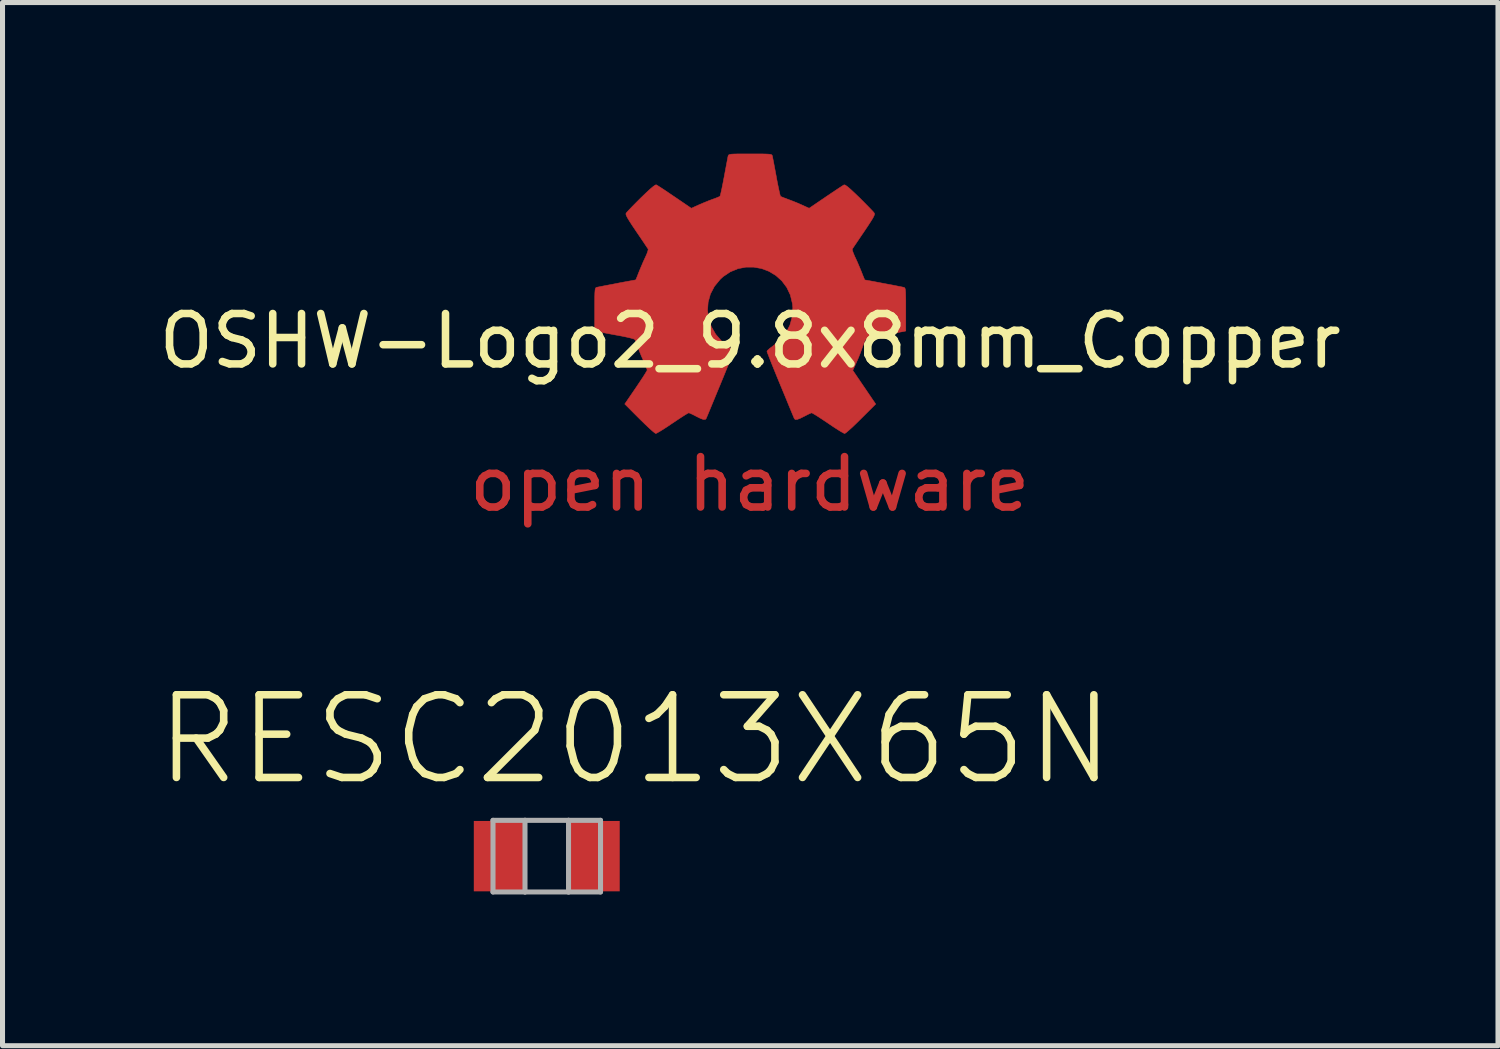
<source format=kicad_pcb>
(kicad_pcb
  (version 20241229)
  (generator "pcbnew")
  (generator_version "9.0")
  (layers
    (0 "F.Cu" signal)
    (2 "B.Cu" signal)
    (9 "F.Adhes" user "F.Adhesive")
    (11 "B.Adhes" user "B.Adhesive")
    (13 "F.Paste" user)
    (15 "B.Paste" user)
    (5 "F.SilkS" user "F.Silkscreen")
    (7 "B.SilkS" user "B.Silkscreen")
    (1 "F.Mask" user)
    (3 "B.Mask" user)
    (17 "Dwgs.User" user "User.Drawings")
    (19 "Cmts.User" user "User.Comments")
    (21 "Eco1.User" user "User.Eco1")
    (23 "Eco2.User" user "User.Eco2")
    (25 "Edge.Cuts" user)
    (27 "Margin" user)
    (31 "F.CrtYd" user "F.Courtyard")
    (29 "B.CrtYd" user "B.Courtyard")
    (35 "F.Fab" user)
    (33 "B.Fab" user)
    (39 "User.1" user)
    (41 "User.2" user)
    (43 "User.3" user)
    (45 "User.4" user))
  (footprint "RESC2013X65N"
    (layer "F.Cu")
    (at 7.801 13.941)
    (property "Reference" "RESC2013X65N" (at 1.754 -2.313 0) (layer "F.SilkS") (effects (font (size 1.641 1.641) (thickness 0.15))))
    (attr through_hole)
    (fp_line (start -1.067 -0.711) (end -1.067 0.711) (stroke (width 0.1) (type solid)) (layer "F.Fab"))
    (fp_line (start -1.067 0.711) (end -0.432 0.711) (stroke (width 0.1) (type solid)) (layer "F.Fab"))
    (fp_line (start -0.432 -0.711) (end -1.067 -0.711) (stroke (width 0.1) (type solid)) (layer "F.Fab"))
    (fp_line (start -0.432 0.711) (end -0.432 -0.711) (stroke (width 0.1) (type solid)) (layer "F.Fab"))
    (fp_line (start -0.432 0.711) (end 0.432 0.711) (stroke (width 0.1) (type solid)) (layer "F.Fab"))
    (fp_line (start 0.432 -0.711) (end -0.432 -0.711) (stroke (width 0.1) (type solid)) (layer "F.Fab"))
    (fp_line (start 0.432 -0.711) (end 0.432 0.711) (stroke (width 0.1) (type solid)) (layer "F.Fab"))
    (fp_line (start 0.432 0.711) (end 1.067 0.711) (stroke (width 0.1) (type solid)) (layer "F.Fab"))
    (fp_line (start 1.067 -0.711) (end 0.432 -0.711) (stroke (width 0.1) (type solid)) (layer "F.Fab"))
    (fp_line (start 1.067 0.711) (end 1.067 -0.711) (stroke (width 0.1) (type solid)) (layer "F.Fab"))
    (pad "1" smd rect (at -0.94 0) (size 1.016 1.397) (layers "F.Cu" "F.Mask" "F.Paste"))
    (pad "2" smd rect (at 0.94 0) (size 1.016 1.397) (layers "F.Cu" "F.Mask" "F.Paste")))
  (footprint "OSHW-Logo2_9.8x8mm_Copper"
    (layer "F.Cu")
    (at 11.839 3.717)
    (property "Reference" "OSHW-Logo2_9.8x8mm_Copper" (at 0 0 0) (layer "F.SilkS") (effects (font (size 1 1) (thickness 0.15))))
    (attr board_only exclude_from_pos_files exclude_from_bom)
    (fp_poly (pts (xy 0.14 -3.712) (xy 0.246 -3.712) (xy 0.322 -3.71) (xy 0.374 -3.707) (xy 0.407 -3.702) (xy 0.426 -3.695) (xy 0.435 -3.684) (xy 0.439 -3.67) (xy 0.44 -3.668) (xy 0.446 -3.636) (xy 0.459 -3.572) (xy 0.476 -3.483) (xy 0.496 -3.376) (xy 0.518 -3.258) (xy 0.518 -3.254) (xy 0.54 -3.138) (xy 0.561 -3.036) (xy 0.579 -2.953) (xy 0.592 -2.897) (xy 0.601 -2.872) (xy 0.601 -2.871) (xy 0.626 -2.859) (xy 0.676 -2.839) (xy 0.742 -2.814) (xy 0.742 -2.814) (xy 0.825 -2.783) (xy 0.923 -2.744) (xy 1.015 -2.704) (xy 1.019 -2.702) (xy 1.169 -2.634) (xy 1.501 -2.86) (xy 1.603 -2.929) (xy 1.696 -2.991) (xy 1.773 -3.042) (xy 1.83 -3.079) (xy 1.861 -3.098) (xy 1.864 -3.099) (xy 1.887 -3.093) (xy 1.93 -3.063) (xy 1.994 -3.008) (xy 2.081 -2.927) (xy 2.171 -2.84) (xy 2.256 -2.755) (xy 2.333 -2.677) (xy 2.397 -2.611) (xy 2.442 -2.563) (xy 2.464 -2.536) (xy 2.464 -2.535) (xy 2.467 -2.517) (xy 2.458 -2.487) (xy 2.435 -2.441) (xy 2.395 -2.376) (xy 2.338 -2.288) (xy 2.261 -2.173) (xy 2.193 -2.073) (xy 2.132 -1.983) (xy 2.081 -1.908) (xy 2.045 -1.854) (xy 2.027 -1.827) (xy 2.026 -1.825) (xy 2.028 -1.798) (xy 2.045 -1.747) (xy 2.073 -1.68) (xy 2.083 -1.659) (xy 2.127 -1.564) (xy 2.173 -1.456) (xy 2.211 -1.363) (xy 2.238 -1.294) (xy 2.26 -1.241) (xy 2.272 -1.214) (xy 2.274 -1.211) (xy 2.297 -1.208) (xy 2.351 -1.198) (xy 2.429 -1.184) (xy 2.524 -1.166) (xy 2.628 -1.146) (xy 2.735 -1.126) (xy 2.837 -1.107) (xy 2.927 -1.089) (xy 2.998 -1.075) (xy 3.042 -1.066) (xy 3.053 -1.063) (xy 3.064 -1.057) (xy 3.073 -1.042) (xy 3.079 -1.015) (xy 3.083 -0.97) (xy 3.085 -0.902) (xy 3.087 -0.806) (xy 3.087 -0.678) (xy 3.087 -0.625) (xy 3.087 -0.198) (xy 2.985 -0.178) (xy 2.927 -0.167) (xy 2.842 -0.151) (xy 2.739 -0.132) (xy 2.629 -0.111) (xy 2.599 -0.106) (xy 2.497 -0.086) (xy 2.408 -0.067) (xy 2.34 -0.049) (xy 2.3 -0.036) (xy 2.293 -0.032) (xy 2.277 -0.004) (xy 2.253 0.051) (xy 2.227 0.122) (xy 2.222 0.137) (xy 2.188 0.231) (xy 2.146 0.337) (xy 2.104 0.432) (xy 2.104 0.433) (xy 2.035 0.583) (xy 2.49 1.252) (xy 2.197 1.544) (xy 2.109 1.631) (xy 2.029 1.708) (xy 1.96 1.77) (xy 1.909 1.814) (xy 1.879 1.835) (xy 1.874 1.837) (xy 1.849 1.826) (xy 1.797 1.797) (xy 1.725 1.752) (xy 1.637 1.695) (xy 1.543 1.631) (xy 1.447 1.567) (xy 1.361 1.51) (xy 1.291 1.466) (xy 1.242 1.437) (xy 1.221 1.426) (xy 1.194 1.435) (xy 1.144 1.458) (xy 1.08 1.491) (xy 1.074 1.494) (xy 0.988 1.537) (xy 0.929 1.558) (xy 0.893 1.559) (xy 0.874 1.539) (xy 0.874 1.539) (xy 0.864 1.515) (xy 0.841 1.46) (xy 0.807 1.378) (xy 0.763 1.272) (xy 0.712 1.147) (xy 0.654 1.007) (xy 0.598 0.872) (xy 0.536 0.722) (xy 0.48 0.584) (xy 0.43 0.461) (xy 0.389 0.357) (xy 0.358 0.277) (xy 0.338 0.225) (xy 0.332 0.206) (xy 0.347 0.183) (xy 0.386 0.148) (xy 0.439 0.109) (xy 0.588 -0.015) (xy 0.705 -0.156) (xy 0.787 -0.313) (xy 0.834 -0.482) (xy 0.845 -0.66) (xy 0.837 -0.742) (xy 0.796 -0.913) (xy 0.724 -1.064) (xy 0.627 -1.193) (xy 0.509 -1.299) (xy 0.374 -1.381) (xy 0.227 -1.437) (xy 0.072 -1.465) (xy -0.087 -1.465) (xy -0.244 -1.435) (xy -0.396 -1.372) (xy -0.538 -1.277) (xy -0.597 -1.222) (xy -0.711 -1.083) (xy -0.79 -0.932) (xy -0.835 -0.771) (xy -0.847 -0.607) (xy -0.825 -0.443) (xy -0.772 -0.284) (xy -0.686 -0.134) (xy -0.569 0.002) (xy -0.439 0.109) (xy -0.384 0.15) (xy -0.346 0.185) (xy -0.332 0.206) (xy -0.339 0.229) (xy -0.36 0.283) (xy -0.392 0.366) (xy -0.434 0.471) (xy -0.485 0.596) (xy -0.542 0.736) (xy -0.598 0.872) (xy -0.66 1.021) (xy -0.717 1.16) (xy -0.768 1.283) (xy -0.811 1.387) (xy -0.844 1.467) (xy -0.866 1.519) (xy -0.874 1.539) (xy -0.893 1.558) (xy -0.929 1.558) (xy -0.988 1.537) (xy -1.073 1.495) (xy -1.074 1.494) (xy -1.138 1.461) (xy -1.19 1.437) (xy -1.219 1.426) (xy -1.221 1.426) (xy -1.243 1.437) (xy -1.292 1.466) (xy -1.362 1.511) (xy -1.447 1.567) (xy -1.543 1.631) (xy -1.639 1.696) (xy -1.727 1.753) (xy -1.799 1.797) (xy -1.85 1.826) (xy -1.874 1.837) (xy -1.897 1.823) (xy -1.942 1.786) (xy -2.006 1.729) (xy -2.083 1.656) (xy -2.169 1.572) (xy -2.198 1.544) (xy -2.49 1.251) (xy -2.267 0.925) (xy -2.2 0.825) (xy -2.14 0.735) (xy -2.093 0.661) (xy -2.06 0.607) (xy -2.045 0.579) (xy -2.045 0.577) (xy -2.053 0.551) (xy -2.073 0.498) (xy -2.103 0.427) (xy -2.124 0.38) (xy -2.164 0.29) (xy -2.201 0.198) (xy -2.23 0.121) (xy -2.237 0.098) (xy -2.26 0.035) (xy -2.281 -0.014) (xy -2.293 -0.032) (xy -2.319 -0.043) (xy -2.377 -0.059) (xy -2.458 -0.078) (xy -2.555 -0.098) (xy -2.599 -0.106) (xy -2.709 -0.126) (xy -2.815 -0.146) (xy -2.906 -0.163) (xy -2.972 -0.175) (xy -2.985 -0.178) (xy -3.087 -0.198) (xy -3.087 -0.625) (xy -3.087 -0.766) (xy -3.086 -0.872) (xy -3.084 -0.949) (xy -3.08 -1.002) (xy -3.075 -1.035) (xy -3.067 -1.053) (xy -3.057 -1.062) (xy -3.053 -1.063) (xy -3.028 -1.069) (xy -2.972 -1.08) (xy -2.892 -1.096) (xy -2.796 -1.114) (xy -2.691 -1.134) (xy -2.585 -1.155) (xy -2.483 -1.174) (xy -2.395 -1.19) (xy -2.325 -1.203) (xy -2.283 -1.21) (xy -2.274 -1.211) (xy -2.265 -1.228) (xy -2.246 -1.273) (xy -2.221 -1.338) (xy -2.211 -1.363) (xy -2.171 -1.46) (xy -2.125 -1.568) (xy -2.083 -1.659) (xy -2.052 -1.728) (xy -2.032 -1.785) (xy -2.025 -1.82) (xy -2.026 -1.825) (xy -2.041 -1.847) (xy -2.074 -1.896) (xy -2.121 -1.967) (xy -2.181 -2.055) (xy -2.248 -2.154) (xy -2.261 -2.173) (xy -2.339 -2.289) (xy -2.396 -2.377) (xy -2.435 -2.442) (xy -2.458 -2.487) (xy -2.467 -2.516) (xy -2.465 -2.535) (xy -2.464 -2.535) (xy -2.445 -2.559) (xy -2.402 -2.605) (xy -2.341 -2.669) (xy -2.265 -2.746) (xy -2.18 -2.831) (xy -2.171 -2.84) (xy -2.063 -2.944) (xy -1.98 -3.02) (xy -1.92 -3.07) (xy -1.882 -3.096) (xy -1.864 -3.099) (xy -1.84 -3.085) (xy -1.788 -3.052) (xy -1.714 -3.004) (xy -1.625 -2.944) (xy -1.525 -2.876) (xy -1.501 -2.86) (xy -1.169 -2.634) (xy -1.019 -2.702) (xy -0.928 -2.741) (xy -0.83 -2.781) (xy -0.746 -2.813) (xy -0.742 -2.814) (xy -0.677 -2.838) (xy -0.626 -2.859) (xy -0.601 -2.871) (xy -0.601 -2.871) (xy -0.593 -2.893) (xy -0.58 -2.948) (xy -0.562 -3.029) (xy -0.542 -3.129) (xy -0.52 -3.244) (xy -0.518 -3.254) (xy -0.496 -3.372) (xy -0.476 -3.479) (xy -0.459 -3.569) (xy -0.447 -3.634) (xy -0.44 -3.668) (xy -0.44 -3.668) (xy -0.435 -3.683) (xy -0.427 -3.693) (xy -0.41 -3.701) (xy -0.379 -3.707) (xy -0.329 -3.71) (xy -0.256 -3.712) (xy -0.153 -3.712) (xy -0.018 -3.712) (xy 0 -3.712) (xy 0.14 -3.712)) (stroke (width 0.01) (type solid)) (fill yes) (layer "F.Cu"))
    (fp_poly (pts (xy 0.14 -3.712) (xy 0.246 -3.712) (xy 0.322 -3.71) (xy 0.374 -3.707) (xy 0.407 -3.702) (xy 0.426 -3.695) (xy 0.435 -3.684) (xy 0.439 -3.67) (xy 0.44 -3.668) (xy 0.446 -3.636) (xy 0.459 -3.572) (xy 0.476 -3.483) (xy 0.496 -3.376) (xy 0.518 -3.258) (xy 0.518 -3.254) (xy 0.54 -3.138) (xy 0.561 -3.036) (xy 0.579 -2.953) (xy 0.592 -2.897) (xy 0.601 -2.872) (xy 0.601 -2.871) (xy 0.626 -2.859) (xy 0.676 -2.839) (xy 0.742 -2.814) (xy 0.742 -2.814) (xy 0.825 -2.783) (xy 0.923 -2.744) (xy 1.015 -2.704) (xy 1.019 -2.702) (xy 1.169 -2.634) (xy 1.501 -2.86) (xy 1.603 -2.929) (xy 1.696 -2.991) (xy 1.773 -3.042) (xy 1.83 -3.079) (xy 1.861 -3.098) (xy 1.864 -3.099) (xy 1.887 -3.093) (xy 1.93 -3.063) (xy 1.994 -3.008) (xy 2.081 -2.927) (xy 2.171 -2.84) (xy 2.256 -2.755) (xy 2.333 -2.677) (xy 2.397 -2.611) (xy 2.442 -2.563) (xy 2.464 -2.536) (xy 2.464 -2.535) (xy 2.467 -2.517) (xy 2.458 -2.487) (xy 2.435 -2.441) (xy 2.395 -2.376) (xy 2.338 -2.288) (xy 2.261 -2.173) (xy 2.193 -2.073) (xy 2.132 -1.983) (xy 2.081 -1.908) (xy 2.045 -1.854) (xy 2.027 -1.827) (xy 2.026 -1.825) (xy 2.028 -1.798) (xy 2.045 -1.747) (xy 2.073 -1.68) (xy 2.083 -1.659) (xy 2.127 -1.564) (xy 2.173 -1.456) (xy 2.211 -1.363) (xy 2.238 -1.294) (xy 2.26 -1.241) (xy 2.272 -1.214) (xy 2.274 -1.211) (xy 2.297 -1.208) (xy 2.351 -1.198) (xy 2.429 -1.184) (xy 2.524 -1.166) (xy 2.628 -1.146) (xy 2.735 -1.126) (xy 2.837 -1.107) (xy 2.927 -1.089) (xy 2.998 -1.075) (xy 3.042 -1.066) (xy 3.053 -1.063) (xy 3.064 -1.057) (xy 3.073 -1.042) (xy 3.079 -1.015) (xy 3.083 -0.97) (xy 3.085 -0.902) (xy 3.087 -0.806) (xy 3.087 -0.678) (xy 3.087 -0.625) (xy 3.087 -0.198) (xy 2.985 -0.178) (xy 2.927 -0.167) (xy 2.842 -0.151) (xy 2.739 -0.132) (xy 2.629 -0.111) (xy 2.599 -0.106) (xy 2.497 -0.086) (xy 2.408 -0.067) (xy 2.34 -0.049) (xy 2.3 -0.036) (xy 2.293 -0.032) (xy 2.277 -0.004) (xy 2.253 0.051) (xy 2.227 0.122) (xy 2.222 0.137) (xy 2.188 0.231) (xy 2.146 0.337) (xy 2.104 0.432) (xy 2.104 0.433) (xy 2.035 0.583) (xy 2.49 1.252) (xy 2.197 1.544) (xy 2.109 1.631) (xy 2.029 1.708) (xy 1.96 1.77) (xy 1.909 1.814) (xy 1.879 1.835) (xy 1.874 1.837) (xy 1.849 1.826) (xy 1.797 1.797) (xy 1.725 1.752) (xy 1.637 1.695) (xy 1.543 1.631) (xy 1.447 1.567) (xy 1.361 1.51) (xy 1.291 1.466) (xy 1.242 1.437) (xy 1.221 1.426) (xy 1.194 1.435) (xy 1.144 1.458) (xy 1.08 1.491) (xy 1.074 1.494) (xy 0.988 1.537) (xy 0.929 1.558) (xy 0.893 1.559) (xy 0.874 1.539) (xy 0.874 1.539) (xy 0.864 1.515) (xy 0.841 1.46) (xy 0.807 1.378) (xy 0.763 1.272) (xy 0.712 1.147) (xy 0.654 1.007) (xy 0.598 0.872) (xy 0.536 0.722) (xy 0.48 0.584) (xy 0.43 0.461) (xy 0.389 0.357) (xy 0.358 0.277) (xy 0.338 0.225) (xy 0.332 0.206) (xy 0.347 0.183) (xy 0.386 0.148) (xy 0.439 0.109) (xy 0.588 -0.015) (xy 0.705 -0.156) (xy 0.787 -0.313) (xy 0.834 -0.482) (xy 0.845 -0.66) (xy 0.837 -0.742) (xy 0.796 -0.913) (xy 0.724 -1.064) (xy 0.627 -1.193) (xy 0.509 -1.299) (xy 0.374 -1.381) (xy 0.227 -1.437) (xy 0.072 -1.465) (xy -0.087 -1.465) (xy -0.244 -1.435) (xy -0.396 -1.372) (xy -0.538 -1.277) (xy -0.597 -1.222) (xy -0.711 -1.083) (xy -0.79 -0.932) (xy -0.835 -0.771) (xy -0.847 -0.607) (xy -0.825 -0.443) (xy -0.772 -0.284) (xy -0.686 -0.134) (xy -0.569 0.002) (xy -0.439 0.109) (xy -0.384 0.15) (xy -0.346 0.185) (xy -0.332 0.206) (xy -0.339 0.229) (xy -0.36 0.283) (xy -0.392 0.366) (xy -0.434 0.471) (xy -0.485 0.596) (xy -0.542 0.736) (xy -0.598 0.872) (xy -0.66 1.021) (xy -0.717 1.16) (xy -0.768 1.283) (xy -0.811 1.387) (xy -0.844 1.467) (xy -0.866 1.519) (xy -0.874 1.539) (xy -0.893 1.558) (xy -0.929 1.558) (xy -0.988 1.537) (xy -1.073 1.495) (xy -1.074 1.494) (xy -1.138 1.461) (xy -1.19 1.437) (xy -1.219 1.426) (xy -1.221 1.426) (xy -1.243 1.437) (xy -1.292 1.466) (xy -1.362 1.511) (xy -1.447 1.567) (xy -1.543 1.631) (xy -1.639 1.696) (xy -1.727 1.753) (xy -1.799 1.797) (xy -1.85 1.826) (xy -1.874 1.837) (xy -1.897 1.823) (xy -1.942 1.786) (xy -2.006 1.729) (xy -2.083 1.656) (xy -2.169 1.572) (xy -2.198 1.544) (xy -2.49 1.251) (xy -2.267 0.925) (xy -2.2 0.825) (xy -2.14 0.735) (xy -2.093 0.661) (xy -2.06 0.607) (xy -2.045 0.579) (xy -2.045 0.577) (xy -2.053 0.551) (xy -2.073 0.498) (xy -2.103 0.427) (xy -2.124 0.38) (xy -2.164 0.29) (xy -2.201 0.198) (xy -2.23 0.121) (xy -2.237 0.098) (xy -2.26 0.035) (xy -2.281 -0.014) (xy -2.293 -0.032) (xy -2.319 -0.043) (xy -2.377 -0.059) (xy -2.458 -0.078) (xy -2.555 -0.098) (xy -2.599 -0.106) (xy -2.709 -0.126) (xy -2.815 -0.146) (xy -2.906 -0.163) (xy -2.972 -0.175) (xy -2.985 -0.178) (xy -3.087 -0.198) (xy -3.087 -0.625) (xy -3.087 -0.766) (xy -3.086 -0.872) (xy -3.084 -0.949) (xy -3.08 -1.002) (xy -3.075 -1.035) (xy -3.067 -1.053) (xy -3.057 -1.062) (xy -3.053 -1.063) (xy -3.028 -1.069) (xy -2.972 -1.08) (xy -2.892 -1.096) (xy -2.796 -1.114) (xy -2.691 -1.134) (xy -2.585 -1.155) (xy -2.483 -1.174) (xy -2.395 -1.19) (xy -2.325 -1.203) (xy -2.283 -1.21) (xy -2.274 -1.211) (xy -2.265 -1.228) (xy -2.246 -1.273) (xy -2.221 -1.338) (xy -2.211 -1.363) (xy -2.171 -1.46) (xy -2.125 -1.568) (xy -2.083 -1.659) (xy -2.052 -1.728) (xy -2.032 -1.785) (xy -2.025 -1.82) (xy -2.026 -1.825) (xy -2.041 -1.847) (xy -2.074 -1.896) (xy -2.121 -1.967) (xy -2.181 -2.055) (xy -2.248 -2.154) (xy -2.261 -2.173) (xy -2.339 -2.289) (xy -2.396 -2.377) (xy -2.435 -2.442) (xy -2.458 -2.487) (xy -2.467 -2.516) (xy -2.465 -2.535) (xy -2.464 -2.535) (xy -2.445 -2.559) (xy -2.402 -2.605) (xy -2.341 -2.669) (xy -2.265 -2.746) (xy -2.18 -2.831) (xy -2.171 -2.84) (xy -2.063 -2.944) (xy -1.98 -3.02) (xy -1.92 -3.07) (xy -1.882 -3.096) (xy -1.864 -3.099) (xy -1.84 -3.085) (xy -1.788 -3.052) (xy -1.714 -3.004) (xy -1.625 -2.944) (xy -1.525 -2.876) (xy -1.501 -2.86) (xy -1.169 -2.634) (xy -1.019 -2.702) (xy -0.928 -2.741) (xy -0.83 -2.781) (xy -0.746 -2.813) (xy -0.742 -2.814) (xy -0.677 -2.838) (xy -0.626 -2.859) (xy -0.601 -2.871) (xy -0.601 -2.871) (xy -0.593 -2.893) (xy -0.58 -2.948) (xy -0.562 -3.029) (xy -0.542 -3.129) (xy -0.52 -3.244) (xy -0.518 -3.254) (xy -0.496 -3.372) (xy -0.476 -3.479) (xy -0.459 -3.569) (xy -0.447 -3.634) (xy -0.44 -3.668) (xy -0.44 -3.668) (xy -0.435 -3.683) (xy -0.427 -3.693) (xy -0.41 -3.701) (xy -0.379 -3.707) (xy -0.329 -3.71) (xy -0.256 -3.712) (xy -0.153 -3.712) (xy -0.018 -3.712) (xy 0 -3.712) (xy 0.14 -3.712)) (stroke (width 0.01) (type solid)) (fill yes) (layer "F.Mask"))
    (fp_text user "open hardware" (at -0.01 2.84 0) (unlocked yes) (layer "F.Cu") (effects (font (size 1 1) (thickness 0.15))))
    (fp_text user "open hardware" (at -0.01 2.84 0) (unlocked yes) (layer "F.Mask") (effects (font (size 1 1) (thickness 0.15)))))
  (gr_rect
    (start -3 -3)
    (end 26.679 17.703)
    (stroke (width 0.1) (type default))
    (fill no)
    (layer "Edge.Cuts")))
</source>
